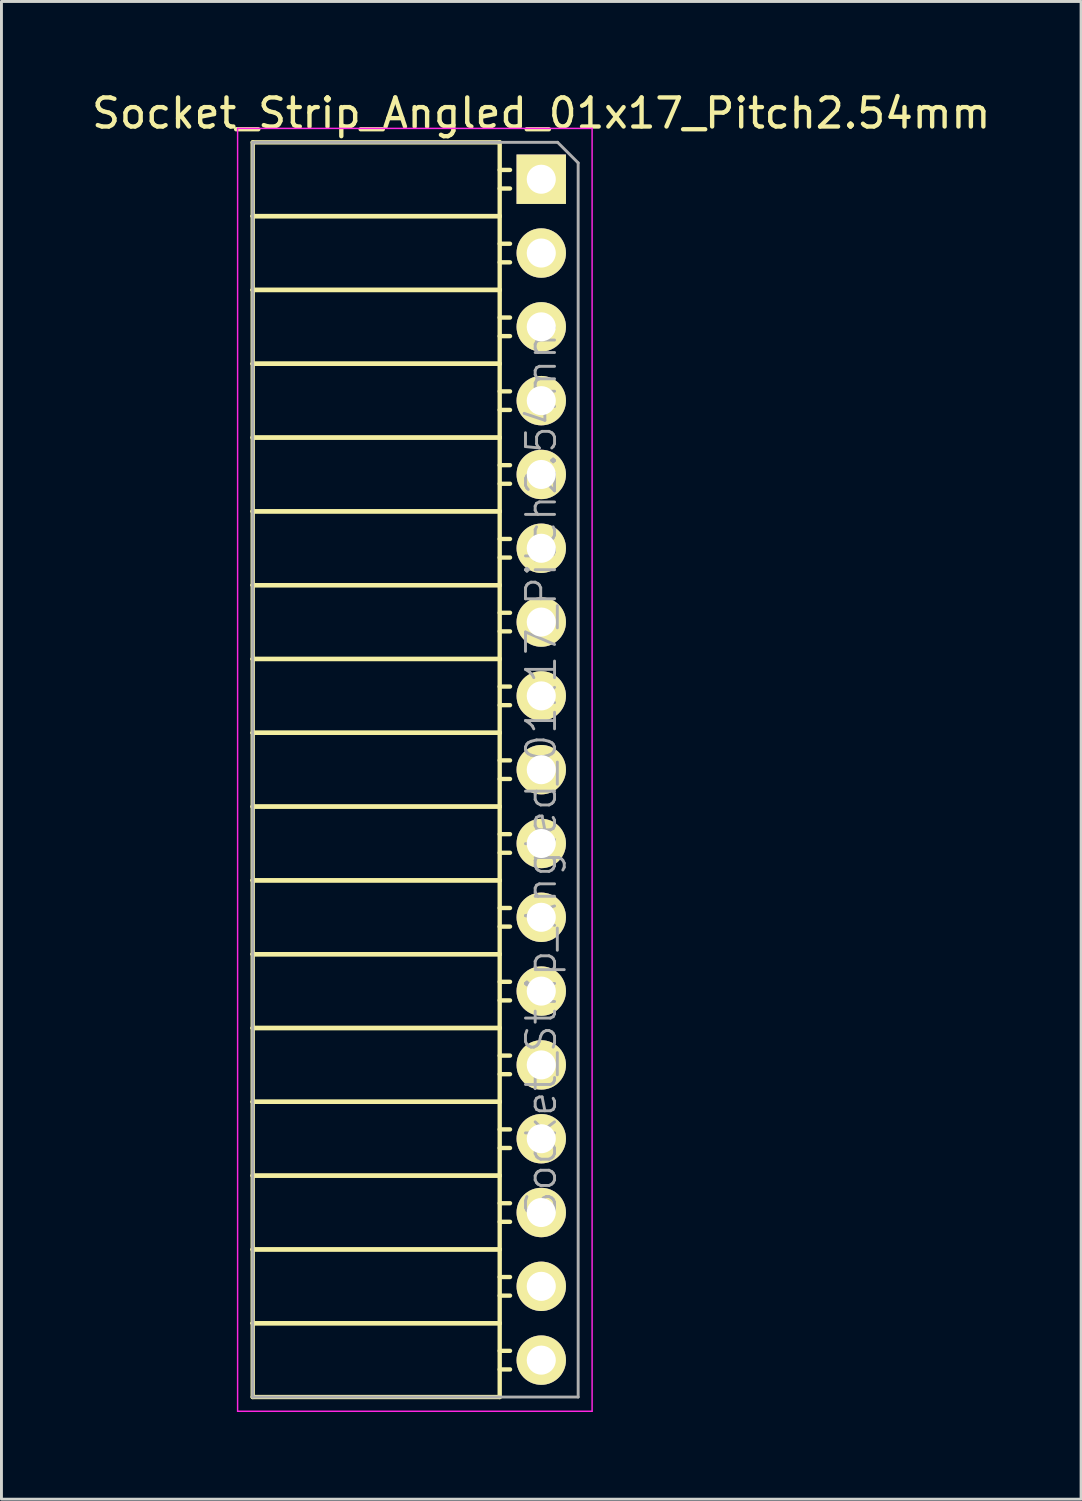
<source format=kicad_pcb>
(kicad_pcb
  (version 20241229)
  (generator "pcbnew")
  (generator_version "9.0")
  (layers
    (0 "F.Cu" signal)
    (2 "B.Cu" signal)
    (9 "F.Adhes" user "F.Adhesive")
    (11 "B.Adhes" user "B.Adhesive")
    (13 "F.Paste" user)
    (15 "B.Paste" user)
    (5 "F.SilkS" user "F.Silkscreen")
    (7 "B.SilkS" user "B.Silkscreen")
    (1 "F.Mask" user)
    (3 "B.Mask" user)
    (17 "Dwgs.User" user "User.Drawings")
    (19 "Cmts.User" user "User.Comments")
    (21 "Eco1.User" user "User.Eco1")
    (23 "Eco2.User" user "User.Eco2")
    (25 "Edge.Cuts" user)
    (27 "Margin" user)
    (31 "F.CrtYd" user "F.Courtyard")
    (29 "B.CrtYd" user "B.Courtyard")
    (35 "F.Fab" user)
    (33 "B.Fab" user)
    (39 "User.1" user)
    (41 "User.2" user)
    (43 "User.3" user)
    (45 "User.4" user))
  (footprint "Socket_Strip_Angled_01x17_Pitch2.54mm"
    (layer "F.Cu")
    (at 15.577 3.118)
    (property "Reference" "Socket_Strip_Angled_01x17_Pitch2.54mm" (at 0 -2.27 0) (layer "F.SilkS") (effects (font (size 1 1) (thickness 0.15))))
    (attr smd)
    (fp_line (start -9.93 -1.27) (end -9.93 1.27) (stroke (width 0.15) (type solid)) (layer "F.SilkS"))
    (fp_line (start -9.93 -1.27) (end -1.43 -1.27) (stroke (width 0.15) (type solid)) (layer "F.SilkS"))
    (fp_line (start -9.93 1.27) (end -9.93 3.81) (stroke (width 0.15) (type solid)) (layer "F.SilkS"))
    (fp_line (start -9.93 1.27) (end -1.43 1.27) (stroke (width 0.15) (type solid)) (layer "F.SilkS"))
    (fp_line (start -9.93 1.27) (end -1.43 1.27) (stroke (width 0.15) (type solid)) (layer "F.SilkS"))
    (fp_line (start -9.93 3.81) (end -9.93 6.35) (stroke (width 0.15) (type solid)) (layer "F.SilkS"))
    (fp_line (start -9.93 3.81) (end -1.43 3.81) (stroke (width 0.15) (type solid)) (layer "F.SilkS"))
    (fp_line (start -9.93 3.81) (end -1.43 3.81) (stroke (width 0.15) (type solid)) (layer "F.SilkS"))
    (fp_line (start -9.93 6.35) (end -9.93 8.89) (stroke (width 0.15) (type solid)) (layer "F.SilkS"))
    (fp_line (start -9.93 6.35) (end -1.43 6.35) (stroke (width 0.15) (type solid)) (layer "F.SilkS"))
    (fp_line (start -9.93 6.35) (end -1.43 6.35) (stroke (width 0.15) (type solid)) (layer "F.SilkS"))
    (fp_line (start -9.93 8.89) (end -9.93 11.43) (stroke (width 0.15) (type solid)) (layer "F.SilkS"))
    (fp_line (start -9.93 8.89) (end -1.43 8.89) (stroke (width 0.15) (type solid)) (layer "F.SilkS"))
    (fp_line (start -9.93 8.89) (end -1.43 8.89) (stroke (width 0.15) (type solid)) (layer "F.SilkS"))
    (fp_line (start -9.93 11.43) (end -9.93 13.97) (stroke (width 0.15) (type solid)) (layer "F.SilkS"))
    (fp_line (start -9.93 11.43) (end -1.43 11.43) (stroke (width 0.15) (type solid)) (layer "F.SilkS"))
    (fp_line (start -9.93 11.43) (end -1.43 11.43) (stroke (width 0.15) (type solid)) (layer "F.SilkS"))
    (fp_line (start -9.93 13.97) (end -9.93 16.51) (stroke (width 0.15) (type solid)) (layer "F.SilkS"))
    (fp_line (start -9.93 13.97) (end -1.43 13.97) (stroke (width 0.15) (type solid)) (layer "F.SilkS"))
    (fp_line (start -9.93 13.97) (end -1.43 13.97) (stroke (width 0.15) (type solid)) (layer "F.SilkS"))
    (fp_line (start -9.93 16.51) (end -9.93 19.05) (stroke (width 0.15) (type solid)) (layer "F.SilkS"))
    (fp_line (start -9.93 16.51) (end -1.43 16.51) (stroke (width 0.15) (type solid)) (layer "F.SilkS"))
    (fp_line (start -9.93 16.51) (end -1.43 16.51) (stroke (width 0.15) (type solid)) (layer "F.SilkS"))
    (fp_line (start -9.93 19.05) (end -9.93 21.59) (stroke (width 0.15) (type solid)) (layer "F.SilkS"))
    (fp_line (start -9.93 19.05) (end -1.43 19.05) (stroke (width 0.15) (type solid)) (layer "F.SilkS"))
    (fp_line (start -9.93 19.05) (end -1.43 19.05) (stroke (width 0.15) (type solid)) (layer "F.SilkS"))
    (fp_line (start -9.93 21.59) (end -9.93 24.13) (stroke (width 0.15) (type solid)) (layer "F.SilkS"))
    (fp_line (start -9.93 21.59) (end -1.43 21.59) (stroke (width 0.15) (type solid)) (layer "F.SilkS"))
    (fp_line (start -9.93 21.59) (end -1.43 21.59) (stroke (width 0.15) (type solid)) (layer "F.SilkS"))
    (fp_line (start -9.93 24.13) (end -9.93 26.67) (stroke (width 0.15) (type solid)) (layer "F.SilkS"))
    (fp_line (start -9.93 24.13) (end -1.43 24.13) (stroke (width 0.15) (type solid)) (layer "F.SilkS"))
    (fp_line (start -9.93 24.13) (end -1.43 24.13) (stroke (width 0.15) (type solid)) (layer "F.SilkS"))
    (fp_line (start -9.93 26.67) (end -9.93 29.21) (stroke (width 0.15) (type solid)) (layer "F.SilkS"))
    (fp_line (start -9.93 26.67) (end -1.43 26.67) (stroke (width 0.15) (type solid)) (layer "F.SilkS"))
    (fp_line (start -9.93 26.67) (end -1.43 26.67) (stroke (width 0.15) (type solid)) (layer "F.SilkS"))
    (fp_line (start -9.93 29.21) (end -9.93 31.75) (stroke (width 0.15) (type solid)) (layer "F.SilkS"))
    (fp_line (start -9.93 29.21) (end -1.43 29.21) (stroke (width 0.15) (type solid)) (layer "F.SilkS"))
    (fp_line (start -9.93 29.21) (end -1.43 29.21) (stroke (width 0.15) (type solid)) (layer "F.SilkS"))
    (fp_line (start -9.93 31.75) (end -9.93 34.29) (stroke (width 0.15) (type solid)) (layer "F.SilkS"))
    (fp_line (start -9.93 31.75) (end -1.43 31.75) (stroke (width 0.15) (type solid)) (layer "F.SilkS"))
    (fp_line (start -9.93 31.75) (end -1.43 31.75) (stroke (width 0.15) (type solid)) (layer "F.SilkS"))
    (fp_line (start -9.93 34.29) (end -9.93 36.83) (stroke (width 0.15) (type solid)) (layer "F.SilkS"))
    (fp_line (start -9.93 34.29) (end -1.43 34.29) (stroke (width 0.15) (type solid)) (layer "F.SilkS"))
    (fp_line (start -9.93 34.29) (end -1.43 34.29) (stroke (width 0.15) (type solid)) (layer "F.SilkS"))
    (fp_line (start -9.93 36.83) (end -9.93 39.37) (stroke (width 0.15) (type solid)) (layer "F.SilkS"))
    (fp_line (start -9.93 36.83) (end -1.43 36.83) (stroke (width 0.15) (type solid)) (layer "F.SilkS"))
    (fp_line (start -9.93 36.83) (end -1.43 36.83) (stroke (width 0.15) (type solid)) (layer "F.SilkS"))
    (fp_line (start -9.93 39.37) (end -9.93 41.91) (stroke (width 0.15) (type solid)) (layer "F.SilkS"))
    (fp_line (start -9.93 39.37) (end -1.43 39.37) (stroke (width 0.15) (type solid)) (layer "F.SilkS"))
    (fp_line (start -9.93 39.37) (end -1.43 39.37) (stroke (width 0.15) (type solid)) (layer "F.SilkS"))
    (fp_line (start -9.93 41.91) (end -1.43 41.91) (stroke (width 0.15) (type solid)) (layer "F.SilkS"))
    (fp_line (start -1.43 -1.27) (end -1.43 1.27) (stroke (width 0.15) (type solid)) (layer "F.SilkS"))
    (fp_line (start -1.43 -0.32) (end -1.075 -0.32) (stroke (width 0.15) (type solid)) (layer "F.SilkS"))
    (fp_line (start -1.43 0.32) (end -1.075 0.32) (stroke (width 0.15) (type solid)) (layer "F.SilkS"))
    (fp_line (start -1.43 1.27) (end -1.43 3.81) (stroke (width 0.15) (type solid)) (layer "F.SilkS"))
    (fp_line (start -1.43 2.22) (end -1.075 2.22) (stroke (width 0.15) (type solid)) (layer "F.SilkS"))
    (fp_line (start -1.43 2.86) (end -1.075 2.86) (stroke (width 0.15) (type solid)) (layer "F.SilkS"))
    (fp_line (start -1.43 3.81) (end -1.43 6.35) (stroke (width 0.15) (type solid)) (layer "F.SilkS"))
    (fp_line (start -1.43 4.76) (end -1.075 4.76) (stroke (width 0.15) (type solid)) (layer "F.SilkS"))
    (fp_line (start -1.43 5.4) (end -1.075 5.4) (stroke (width 0.15) (type solid)) (layer "F.SilkS"))
    (fp_line (start -1.43 6.35) (end -1.43 8.89) (stroke (width 0.15) (type solid)) (layer "F.SilkS"))
    (fp_line (start -1.43 7.3) (end -1.075 7.3) (stroke (width 0.15) (type solid)) (layer "F.SilkS"))
    (fp_line (start -1.43 7.94) (end -1.075 7.94) (stroke (width 0.15) (type solid)) (layer "F.SilkS"))
    (fp_line (start -1.43 8.89) (end -1.43 11.43) (stroke (width 0.15) (type solid)) (layer "F.SilkS"))
    (fp_line (start -1.43 9.84) (end -1.075 9.84) (stroke (width 0.15) (type solid)) (layer "F.SilkS"))
    (fp_line (start -1.43 10.48) (end -1.075 10.48) (stroke (width 0.15) (type solid)) (layer "F.SilkS"))
    (fp_line (start -1.43 11.43) (end -1.43 13.97) (stroke (width 0.15) (type solid)) (layer "F.SilkS"))
    (fp_line (start -1.43 12.38) (end -1.075 12.38) (stroke (width 0.15) (type solid)) (layer "F.SilkS"))
    (fp_line (start -1.43 13.02) (end -1.075 13.02) (stroke (width 0.15) (type solid)) (layer "F.SilkS"))
    (fp_line (start -1.43 13.97) (end -1.43 16.51) (stroke (width 0.15) (type solid)) (layer "F.SilkS"))
    (fp_line (start -1.43 14.92) (end -1.075 14.92) (stroke (width 0.15) (type solid)) (layer "F.SilkS"))
    (fp_line (start -1.43 15.56) (end -1.075 15.56) (stroke (width 0.15) (type solid)) (layer "F.SilkS"))
    (fp_line (start -1.43 16.51) (end -1.43 19.05) (stroke (width 0.15) (type solid)) (layer "F.SilkS"))
    (fp_line (start -1.43 17.46) (end -1.075 17.46) (stroke (width 0.15) (type solid)) (layer "F.SilkS"))
    (fp_line (start -1.43 18.1) (end -1.075 18.1) (stroke (width 0.15) (type solid)) (layer "F.SilkS"))
    (fp_line (start -1.43 19.05) (end -1.43 21.59) (stroke (width 0.15) (type solid)) (layer "F.SilkS"))
    (fp_line (start -1.43 20) (end -1.075 20) (stroke (width 0.15) (type solid)) (layer "F.SilkS"))
    (fp_line (start -1.43 20.64) (end -1.075 20.64) (stroke (width 0.15) (type solid)) (layer "F.SilkS"))
    (fp_line (start -1.43 21.59) (end -1.43 24.13) (stroke (width 0.15) (type solid)) (layer "F.SilkS"))
    (fp_line (start -1.43 22.54) (end -1.075 22.54) (stroke (width 0.15) (type solid)) (layer "F.SilkS"))
    (fp_line (start -1.43 23.18) (end -1.075 23.18) (stroke (width 0.15) (type solid)) (layer "F.SilkS"))
    (fp_line (start -1.43 24.13) (end -1.43 26.67) (stroke (width 0.15) (type solid)) (layer "F.SilkS"))
    (fp_line (start -1.43 25.08) (end -1.075 25.08) (stroke (width 0.15) (type solid)) (layer "F.SilkS"))
    (fp_line (start -1.43 25.72) (end -1.075 25.72) (stroke (width 0.15) (type solid)) (layer "F.SilkS"))
    (fp_line (start -1.43 26.67) (end -1.43 29.21) (stroke (width 0.15) (type solid)) (layer "F.SilkS"))
    (fp_line (start -1.43 27.62) (end -1.075 27.62) (stroke (width 0.15) (type solid)) (layer "F.SilkS"))
    (fp_line (start -1.43 28.26) (end -1.075 28.26) (stroke (width 0.15) (type solid)) (layer "F.SilkS"))
    (fp_line (start -1.43 29.21) (end -1.43 31.75) (stroke (width 0.15) (type solid)) (layer "F.SilkS"))
    (fp_line (start -1.43 30.16) (end -1.075 30.16) (stroke (width 0.15) (type solid)) (layer "F.SilkS"))
    (fp_line (start -1.43 30.8) (end -1.075 30.8) (stroke (width 0.15) (type solid)) (layer "F.SilkS"))
    (fp_line (start -1.43 31.75) (end -1.43 34.29) (stroke (width 0.15) (type solid)) (layer "F.SilkS"))
    (fp_line (start -1.43 32.7) (end -1.075 32.7) (stroke (width 0.15) (type solid)) (layer "F.SilkS"))
    (fp_line (start -1.43 33.34) (end -1.075 33.34) (stroke (width 0.15) (type solid)) (layer "F.SilkS"))
    (fp_line (start -1.43 34.29) (end -1.43 36.83) (stroke (width 0.15) (type solid)) (layer "F.SilkS"))
    (fp_line (start -1.43 35.24) (end -1.075 35.24) (stroke (width 0.15) (type solid)) (layer "F.SilkS"))
    (fp_line (start -1.43 35.88) (end -1.075 35.88) (stroke (width 0.15) (type solid)) (layer "F.SilkS"))
    (fp_line (start -1.43 36.83) (end -1.43 39.37) (stroke (width 0.15) (type solid)) (layer "F.SilkS"))
    (fp_line (start -1.43 37.78) (end -1.075 37.78) (stroke (width 0.15) (type solid)) (layer "F.SilkS"))
    (fp_line (start -1.43 38.42) (end -1.075 38.42) (stroke (width 0.15) (type solid)) (layer "F.SilkS"))
    (fp_line (start -1.43 39.37) (end -1.43 41.91) (stroke (width 0.15) (type solid)) (layer "F.SilkS"))
    (fp_line (start -1.43 40.32) (end -1.075 40.32) (stroke (width 0.15) (type solid)) (layer "F.SilkS"))
    (fp_line (start -1.43 40.96) (end -1.075 40.96) (stroke (width 0.15) (type solid)) (layer "F.SilkS"))
    (fp_line (start -10.45 -1.75) (end 1.75 -1.75) (stroke (width 0.05) (type solid)) (layer "F.CrtYd"))
    (fp_line (start -10.45 42.4) (end -10.45 -1.75) (stroke (width 0.05) (type solid)) (layer "F.CrtYd"))
    (fp_line (start -10.45 42.4) (end 1.75 42.4) (stroke (width 0.05) (type solid)) (layer "F.CrtYd"))
    (fp_line (start 1.75 42.4) (end 1.75 -1.75) (stroke (width 0.05) (type solid)) (layer "F.CrtYd"))
    (fp_line (start -9.93 -1.27) (end 0.563 -1.27) (stroke (width 0.1) (type solid)) (layer "F.Fab"))
    (fp_line (start -9.93 41.91) (end -9.93 -1.27) (stroke (width 0.1) (type solid)) (layer "F.Fab"))
    (fp_line (start -9.93 41.91) (end 1.27 41.91) (stroke (width 0.1) (type solid)) (layer "F.Fab"))
    (fp_line (start 1.27 -0.563) (end 0.563 -1.27) (stroke (width 0.1) (type solid)) (layer "F.Fab"))
    (fp_line (start 1.27 41.91) (end 1.27 -0.563) (stroke (width 0.1) (type solid)) (layer "F.Fab"))
    (fp_text user "${REFERENCE}" (at 0 20.32 90) (layer "F.Fab") (effects (font (size 1 1) (thickness 0.1))))
    (pad "1" thru_hole rect (at 0 0) (size 1.7 1.7) (drill 1) (layers "*.Cu" "*.Mask" "F.SilkS"))
    (pad "2" thru_hole oval (at 0 2.54) (size 1.7 1.7) (drill 1) (layers "*.Cu" "*.Mask" "F.SilkS"))
    (pad "3" thru_hole oval (at 0 5.08) (size 1.7 1.7) (drill 1) (layers "*.Cu" "*.Mask" "F.SilkS"))
    (pad "4" thru_hole oval (at 0 7.62) (size 1.7 1.7) (drill 1) (layers "*.Cu" "*.Mask" "F.SilkS"))
    (pad "5" thru_hole oval (at 0 10.16) (size 1.7 1.7) (drill 1) (layers "*.Cu" "*.Mask" "F.SilkS"))
    (pad "6" thru_hole oval (at 0 12.7) (size 1.7 1.7) (drill 1) (layers "*.Cu" "*.Mask" "F.SilkS"))
    (pad "7" thru_hole oval (at 0 15.24) (size 1.7 1.7) (drill 1) (layers "*.Cu" "*.Mask" "F.SilkS"))
    (pad "8" thru_hole oval (at 0 17.78) (size 1.7 1.7) (drill 1) (layers "*.Cu" "*.Mask" "F.SilkS"))
    (pad "9" thru_hole oval (at 0 20.32) (size 1.7 1.7) (drill 1) (layers "*.Cu" "*.Mask" "F.SilkS"))
    (pad "10" thru_hole oval (at 0 22.86) (size 1.7 1.7) (drill 1) (layers "*.Cu" "*.Mask" "F.SilkS"))
    (pad "11" thru_hole oval (at 0 25.4) (size 1.7 1.7) (drill 1) (layers "*.Cu" "*.Mask" "F.SilkS"))
    (pad "12" thru_hole oval (at 0 27.94) (size 1.7 1.7) (drill 1) (layers "*.Cu" "*.Mask" "F.SilkS"))
    (pad "13" thru_hole oval (at 0 30.48) (size 1.7 1.7) (drill 1) (layers "*.Cu" "*.Mask" "F.SilkS"))
    (pad "14" thru_hole oval (at 0 33.02) (size 1.7 1.7) (drill 1) (layers "*.Cu" "*.Mask" "F.SilkS"))
    (pad "15" thru_hole oval (at 0 35.56) (size 1.7 1.7) (drill 1) (layers "*.Cu" "*.Mask" "F.SilkS"))
    (pad "16" thru_hole oval (at 0 38.1) (size 1.7 1.7) (drill 1) (layers "*.Cu" "*.Mask" "F.SilkS"))
    (pad "17" thru_hole oval (at 0 40.64) (size 1.7 1.7) (drill 1) (layers "*.Cu" "*.Mask" "F.SilkS")))
  (gr_rect
    (start -3 -3)
    (end 34.155 48.543)
    (stroke (width 0.1) (type default))
    (fill no)
    (layer "Edge.Cuts")))
</source>
